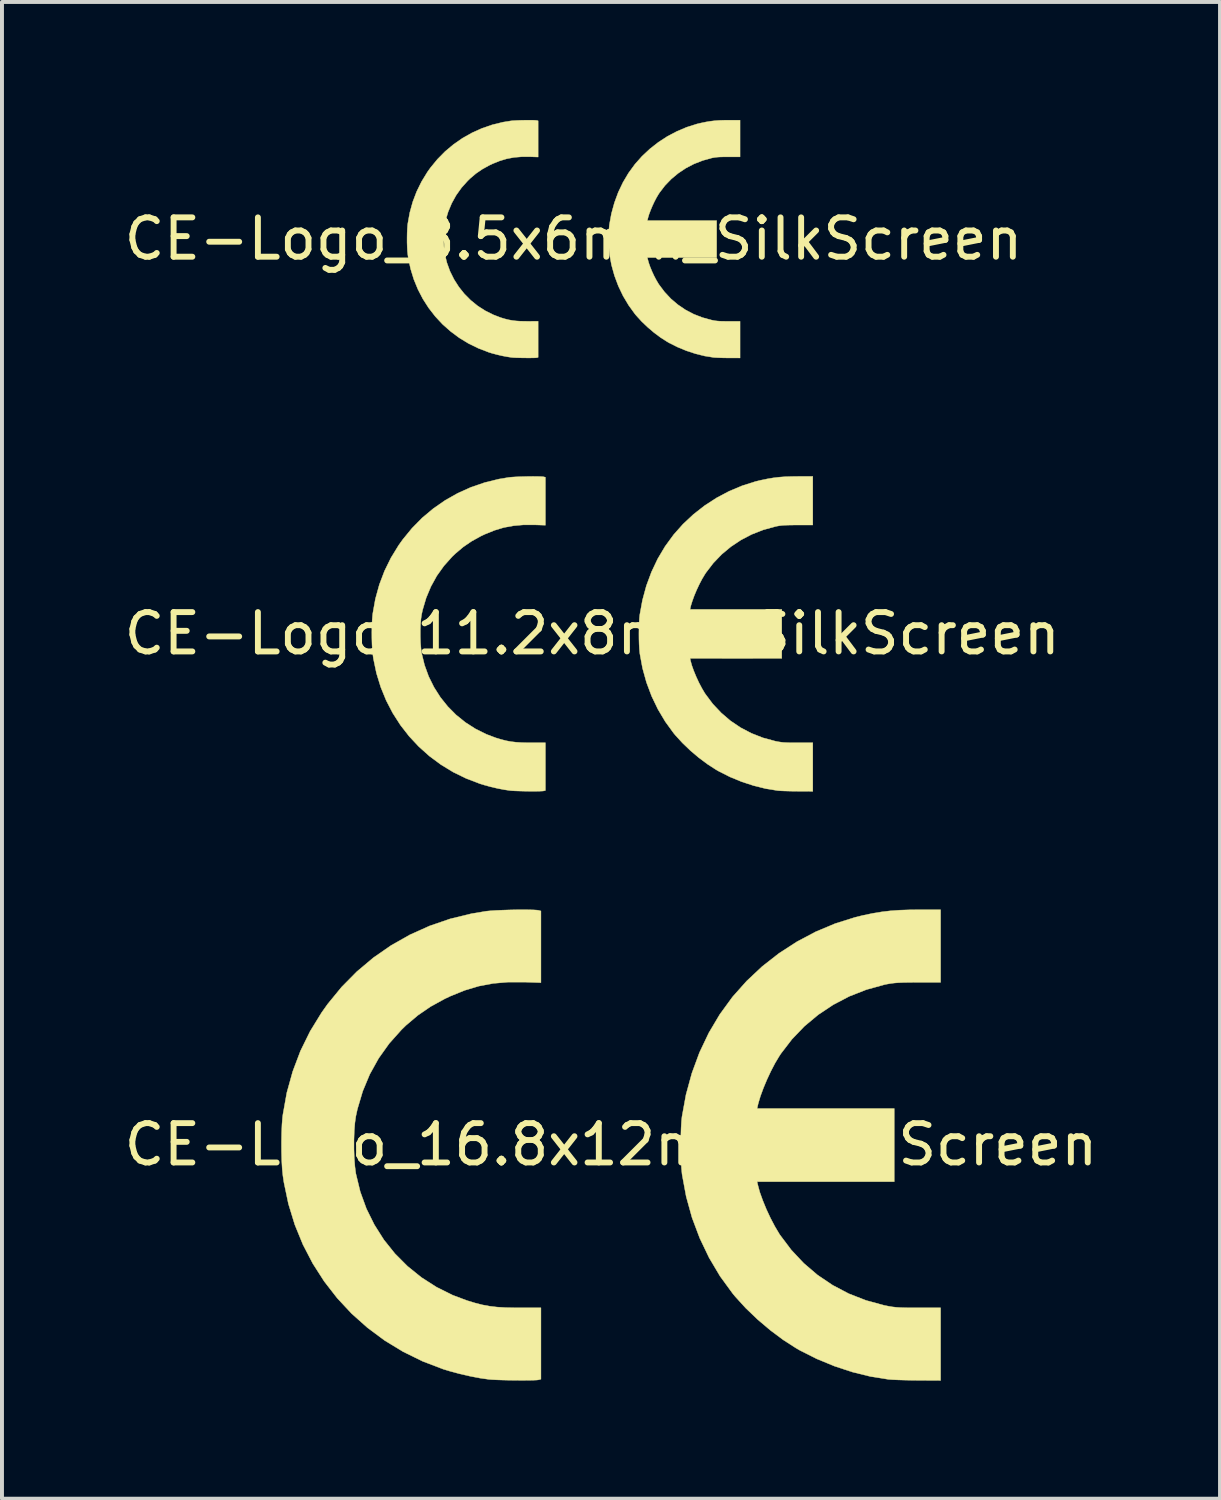
<source format=kicad_pcb>
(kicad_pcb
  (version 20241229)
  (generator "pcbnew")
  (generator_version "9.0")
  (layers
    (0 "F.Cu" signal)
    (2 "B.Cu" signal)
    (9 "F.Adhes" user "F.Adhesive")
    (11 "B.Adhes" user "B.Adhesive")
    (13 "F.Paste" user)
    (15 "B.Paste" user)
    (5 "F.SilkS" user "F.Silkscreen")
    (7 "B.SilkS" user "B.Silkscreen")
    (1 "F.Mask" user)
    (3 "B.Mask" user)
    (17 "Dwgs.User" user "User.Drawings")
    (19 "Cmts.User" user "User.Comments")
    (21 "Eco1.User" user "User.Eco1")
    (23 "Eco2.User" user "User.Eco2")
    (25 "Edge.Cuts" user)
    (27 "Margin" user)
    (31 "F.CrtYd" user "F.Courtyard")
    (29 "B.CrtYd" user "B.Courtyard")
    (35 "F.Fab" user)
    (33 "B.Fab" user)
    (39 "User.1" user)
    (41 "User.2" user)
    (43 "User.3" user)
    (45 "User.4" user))
  (footprint "CE-Logo_11.2x8mm_SilkScreen"
    (layer "F.Cu")
    (at 12.006 13.055)
    (property "Reference" "CE-Logo_11.2x8mm_SilkScreen" (at 0 0 0) (layer "F.SilkS") (effects (font (size 1 1) (thickness 0.15))))
    (attr exclude_from_pos_files exclude_from_bom)
    (fp_poly (pts (xy -1.405 -3.993) (xy -1.319 -3.991) (xy -1.258 -3.987) (xy -1.231 -3.983) (xy -1.191 -3.972) (xy -1.191 -2.754) (xy -1.469 -2.763) (xy -1.746 -2.763) (xy -2.004 -2.74) (xy -2.248 -2.695) (xy -2.487 -2.623) (xy -2.729 -2.525) (xy -2.829 -2.478) (xy -3.068 -2.346) (xy -3.283 -2.199) (xy -3.485 -2.028) (xy -3.564 -1.952) (xy -3.771 -1.72) (xy -3.951 -1.468) (xy -4.101 -1.196) (xy -4.222 -0.908) (xy -4.312 -0.604) (xy -4.339 -0.482) (xy -4.355 -0.37) (xy -4.366 -0.234) (xy -4.371 -0.082) (xy -4.371 0.076) (xy -4.366 0.23) (xy -4.355 0.372) (xy -4.339 0.49) (xy -4.338 0.499) (xy -4.264 0.802) (xy -4.159 1.091) (xy -4.024 1.364) (xy -3.862 1.619) (xy -3.673 1.855) (xy -3.461 2.069) (xy -3.225 2.259) (xy -2.969 2.423) (xy -2.694 2.56) (xy -2.451 2.652) (xy -2.314 2.693) (xy -2.189 2.725) (xy -2.066 2.748) (xy -1.937 2.763) (xy -1.794 2.772) (xy -1.628 2.776) (xy -1.555 2.776) (xy -1.191 2.776) (xy -1.191 3.99) (xy -1.231 4) (xy -1.264 4.004) (xy -1.326 4.007) (xy -1.411 4.009) (xy -1.511 4.009) (xy -1.621 4.009) (xy -1.733 4.007) (xy -1.842 4.004) (xy -1.941 4.001) (xy -2.024 3.997) (xy -2.084 3.992) (xy -2.085 3.992) (xy -2.234 3.97) (xy -2.403 3.938) (xy -2.579 3.897) (xy -2.747 3.851) (xy -2.855 3.818) (xy -3.205 3.684) (xy -3.537 3.522) (xy -3.85 3.331) (xy -4.141 3.115) (xy -4.41 2.874) (xy -4.656 2.611) (xy -4.877 2.327) (xy -5.072 2.023) (xy -5.239 1.701) (xy -5.377 1.363) (xy -5.486 1.01) (xy -5.563 0.643) (xy -5.58 0.526) (xy -5.591 0.413) (xy -5.599 0.276) (xy -5.603 0.122) (xy -5.604 -0.039) (xy -5.601 -0.196) (xy -5.595 -0.342) (xy -5.585 -0.465) (xy -5.58 -0.508) (xy -5.513 -0.882) (xy -5.413 -1.244) (xy -5.281 -1.592) (xy -5.117 -1.926) (xy -4.922 -2.244) (xy -4.817 -2.391) (xy -4.581 -2.679) (xy -4.322 -2.942) (xy -4.04 -3.178) (xy -3.739 -3.387) (xy -3.42 -3.567) (xy -3.085 -3.718) (xy -2.735 -3.838) (xy -2.373 -3.927) (xy -2.12 -3.969) (xy -2.051 -3.976) (xy -1.959 -3.982) (xy -1.853 -3.987) (xy -1.738 -3.99) (xy -1.62 -3.993) (xy -1.507 -3.994) (xy -1.405 -3.993)) (stroke (width 0.01) (type solid)) (fill yes) (layer "F.SilkS"))
    (fp_poly (pts (xy 5.606 -3.376) (xy 5.606 -2.759) (xy 5.216 -2.759) (xy 5.081 -2.758) (xy 4.974 -2.756) (xy 4.889 -2.753) (xy 4.818 -2.748) (xy 4.755 -2.74) (xy 4.693 -2.729) (xy 4.648 -2.719) (xy 4.344 -2.635) (xy 4.053 -2.521) (xy 3.779 -2.378) (xy 3.524 -2.208) (xy 3.289 -2.012) (xy 3.078 -1.792) (xy 2.892 -1.55) (xy 2.86 -1.501) (xy 2.791 -1.386) (xy 2.721 -1.252) (xy 2.653 -1.107) (xy 2.592 -0.962) (xy 2.542 -0.824) (xy 2.505 -0.704) (xy 2.497 -0.67) (xy 2.485 -0.613) (xy 4.817 -0.613) (xy 4.817 0.631) (xy 2.485 0.631) (xy 2.497 0.688) (xy 2.53 0.809) (xy 2.58 0.949) (xy 2.642 1.099) (xy 2.712 1.25) (xy 2.787 1.392) (xy 2.861 1.517) (xy 2.874 1.536) (xy 3.064 1.79) (xy 3.278 2.017) (xy 3.513 2.218) (xy 3.769 2.391) (xy 4.044 2.535) (xy 4.336 2.65) (xy 4.645 2.734) (xy 4.653 2.736) (xy 4.723 2.75) (xy 4.787 2.76) (xy 4.852 2.768) (xy 4.927 2.772) (xy 5.017 2.775) (xy 5.131 2.776) (xy 5.225 2.776) (xy 5.606 2.776) (xy 5.606 4.011) (xy 5.225 4.009) (xy 5.103 4.008) (xy 4.984 4.005) (xy 4.876 4.002) (xy 4.786 3.998) (xy 4.721 3.993) (xy 4.712 3.992) (xy 4.414 3.944) (xy 4.107 3.868) (xy 3.8 3.768) (xy 3.501 3.645) (xy 3.218 3.502) (xy 3.144 3.46) (xy 2.928 3.32) (xy 2.708 3.156) (xy 2.494 2.975) (xy 2.294 2.783) (xy 2.117 2.59) (xy 2.068 2.531) (xy 1.855 2.238) (xy 1.668 1.923) (xy 1.508 1.59) (xy 1.378 1.243) (xy 1.278 0.883) (xy 1.21 0.515) (xy 1.207 0.49) (xy 1.198 0.396) (xy 1.191 0.275) (xy 1.187 0.139) (xy 1.186 -0.005) (xy 1.188 -0.148) (xy 1.192 -0.282) (xy 1.199 -0.396) (xy 1.207 -0.473) (xy 1.276 -0.85) (xy 1.375 -1.215) (xy 1.505 -1.565) (xy 1.663 -1.899) (xy 1.85 -2.214) (xy 2.064 -2.507) (xy 2.068 -2.513) (xy 2.307 -2.782) (xy 2.571 -3.029) (xy 2.856 -3.252) (xy 3.16 -3.449) (xy 3.479 -3.618) (xy 3.81 -3.757) (xy 4.15 -3.865) (xy 4.283 -3.897) (xy 4.447 -3.931) (xy 4.6 -3.957) (xy 4.75 -3.975) (xy 4.909 -3.987) (xy 5.086 -3.992) (xy 5.233 -3.994) (xy 5.606 -3.994) (xy 5.606 -3.376)) (stroke (width 0.01) (type solid)) (fill yes) (layer "F.SilkS")))
  (footprint "CE-Logo_16.8x12mm_SilkScreen"
    (layer "F.Cu")
    (at 12.482 26.046)
    (property "Reference" "CE-Logo_16.8x12mm_SilkScreen" (at 0 0 0) (layer "F.SilkS") (effects (font (size 1 1) (thickness 0.15))))
    (attr exclude_from_pos_files exclude_from_bom)
    (fp_poly (pts (xy -2.1 -5.969) (xy -1.972 -5.966) (xy -1.88 -5.96) (xy -1.84 -5.954) (xy -1.781 -5.938) (xy -1.781 -4.116) (xy -2.195 -4.13) (xy -2.611 -4.13) (xy -2.995 -4.097) (xy -3.36 -4.028) (xy -3.718 -3.921) (xy -4.079 -3.775) (xy -4.229 -3.704) (xy -4.586 -3.508) (xy -4.908 -3.287) (xy -5.21 -3.032) (xy -5.327 -2.918) (xy -5.637 -2.571) (xy -5.906 -2.194) (xy -6.131 -1.789) (xy -6.311 -1.357) (xy -6.446 -0.903) (xy -6.486 -0.72) (xy -6.51 -0.554) (xy -6.526 -0.35) (xy -6.534 -0.123) (xy -6.534 0.113) (xy -6.526 0.344) (xy -6.51 0.555) (xy -6.487 0.733) (xy -6.484 0.746) (xy -6.374 1.199) (xy -6.217 1.631) (xy -6.015 2.039) (xy -5.773 2.421) (xy -5.491 2.773) (xy -5.173 3.092) (xy -4.821 3.376) (xy -4.438 3.622) (xy -4.027 3.827) (xy -3.663 3.964) (xy -3.459 4.026) (xy -3.272 4.074) (xy -3.088 4.108) (xy -2.896 4.131) (xy -2.682 4.144) (xy -2.433 4.149) (xy -2.324 4.15) (xy -1.781 4.149) (xy -1.781 5.964) (xy -1.84 5.98) (xy -1.89 5.986) (xy -1.983 5.99) (xy -2.109 5.992) (xy -2.259 5.993) (xy -2.422 5.992) (xy -2.591 5.99) (xy -2.753 5.986) (xy -2.902 5.981) (xy -3.025 5.975) (xy -3.115 5.968) (xy -3.116 5.967) (xy -3.34 5.935) (xy -3.592 5.886) (xy -3.855 5.825) (xy -4.107 5.757) (xy -4.268 5.708) (xy -4.791 5.508) (xy -5.287 5.264) (xy -5.754 4.98) (xy -6.19 4.656) (xy -6.593 4.297) (xy -6.96 3.903) (xy -7.29 3.478) (xy -7.581 3.024) (xy -7.831 2.543) (xy -8.038 2.037) (xy -8.2 1.509) (xy -8.315 0.961) (xy -8.341 0.786) (xy -8.358 0.618) (xy -8.37 0.412) (xy -8.376 0.182) (xy -8.377 -0.058) (xy -8.373 -0.293) (xy -8.364 -0.511) (xy -8.349 -0.696) (xy -8.341 -0.759) (xy -8.241 -1.319) (xy -8.091 -1.859) (xy -7.894 -2.38) (xy -7.649 -2.879) (xy -7.357 -3.355) (xy -7.201 -3.574) (xy -6.848 -4.005) (xy -6.46 -4.398) (xy -6.04 -4.751) (xy -5.59 -5.063) (xy -5.113 -5.333) (xy -4.612 -5.558) (xy -4.089 -5.738) (xy -3.547 -5.87) (xy -3.169 -5.933) (xy -3.065 -5.943) (xy -2.929 -5.952) (xy -2.77 -5.959) (xy -2.598 -5.965) (xy -2.422 -5.969) (xy -2.253 -5.97) (xy -2.1 -5.969)) (stroke (width 0.01) (type solid)) (fill yes) (layer "F.SilkS"))
    (fp_poly (pts (xy 8.379 -4.124) (xy 7.797 -4.124) (xy 7.595 -4.123) (xy 7.435 -4.12) (xy 7.308 -4.115) (xy 7.202 -4.107) (xy 7.108 -4.095) (xy 7.016 -4.079) (xy 6.948 -4.065) (xy 6.493 -3.939) (xy 6.059 -3.769) (xy 5.65 -3.555) (xy 5.268 -3.301) (xy 4.917 -3.008) (xy 4.601 -2.679) (xy 4.323 -2.317) (xy 4.275 -2.244) (xy 4.172 -2.072) (xy 4.067 -1.871) (xy 3.966 -1.655) (xy 3.875 -1.438) (xy 3.799 -1.232) (xy 3.745 -1.052) (xy 3.733 -1.002) (xy 3.714 -0.916) (xy 7.201 -0.916) (xy 7.201 0.943) (xy 3.714 0.943) (xy 3.733 1.028) (xy 3.782 1.209) (xy 3.857 1.418) (xy 3.949 1.643) (xy 4.054 1.868) (xy 4.166 2.081) (xy 4.277 2.268) (xy 4.296 2.297) (xy 4.581 2.676) (xy 4.9 3.016) (xy 5.251 3.316) (xy 5.634 3.574) (xy 6.044 3.79) (xy 6.482 3.961) (xy 6.944 4.087) (xy 6.955 4.089) (xy 7.06 4.11) (xy 7.155 4.126) (xy 7.254 4.137) (xy 7.365 4.144) (xy 7.5 4.148) (xy 7.67 4.15) (xy 7.81 4.15) (xy 8.379 4.15) (xy 8.379 5.996) (xy 7.81 5.993) (xy 7.628 5.991) (xy 7.45 5.987) (xy 7.288 5.982) (xy 7.154 5.976) (xy 7.058 5.969) (xy 7.044 5.967) (xy 6.598 5.896) (xy 6.139 5.783) (xy 5.68 5.632) (xy 5.233 5.448) (xy 4.811 5.236) (xy 4.7 5.172) (xy 4.377 4.964) (xy 4.048 4.718) (xy 3.728 4.447) (xy 3.429 4.161) (xy 3.164 3.871) (xy 3.092 3.784) (xy 2.772 3.345) (xy 2.493 2.875) (xy 2.255 2.377) (xy 2.06 1.858) (xy 1.911 1.32) (xy 1.809 0.77) (xy 1.804 0.733) (xy 1.791 0.591) (xy 1.781 0.412) (xy 1.775 0.208) (xy 1.773 -0.008) (xy 1.776 -0.222) (xy 1.782 -0.421) (xy 1.792 -0.592) (xy 1.804 -0.707) (xy 1.907 -1.271) (xy 2.056 -1.816) (xy 2.249 -2.34) (xy 2.486 -2.839) (xy 2.765 -3.309) (xy 3.085 -3.748) (xy 3.092 -3.757) (xy 3.449 -4.158) (xy 3.843 -4.528) (xy 4.269 -4.861) (xy 4.724 -5.156) (xy 5.201 -5.409) (xy 5.696 -5.617) (xy 6.204 -5.777) (xy 6.403 -5.826) (xy 6.648 -5.877) (xy 6.876 -5.915) (xy 7.101 -5.942) (xy 7.338 -5.959) (xy 7.602 -5.968) (xy 7.823 -5.97) (xy 8.379 -5.97) (xy 8.379 -4.124)) (stroke (width 0.01) (type solid)) (fill yes) (layer "F.SilkS")))
  (footprint "CE-Logo_8.5x6mm_SilkScreen"
    (layer "F.Cu")
    (at 11.53 3.021)
    (property "Reference" "CE-Logo_8.5x6mm_SilkScreen" (at 0 0 0) (layer "F.SilkS") (effects (font (size 1 1) (thickness 0.15))))
    (attr exclude_from_pos_files exclude_from_bom)
    (fp_poly (pts (xy -1.061 -3.016) (xy -0.996 -3.014) (xy -0.95 -3.011) (xy -0.929 -3.008) (xy -0.9 -3) (xy -0.9 -2.079) (xy -1.109 -2.087) (xy -1.319 -2.086) (xy -1.513 -2.07) (xy -1.698 -2.035) (xy -1.878 -1.981) (xy -2.061 -1.907) (xy -2.137 -1.871) (xy -2.317 -1.772) (xy -2.48 -1.661) (xy -2.632 -1.532) (xy -2.691 -1.474) (xy -2.848 -1.299) (xy -2.984 -1.108) (xy -3.097 -0.904) (xy -3.188 -0.686) (xy -3.257 -0.456) (xy -3.277 -0.364) (xy -3.289 -0.28) (xy -3.297 -0.177) (xy -3.301 -0.062) (xy -3.301 0.057) (xy -3.297 0.174) (xy -3.289 0.281) (xy -3.277 0.37) (xy -3.276 0.377) (xy -3.22 0.606) (xy -3.141 0.824) (xy -3.039 1.03) (xy -2.916 1.223) (xy -2.774 1.401) (xy -2.614 1.562) (xy -2.436 1.706) (xy -2.242 1.83) (xy -2.034 1.933) (xy -1.851 2.003) (xy -1.748 2.034) (xy -1.653 2.058) (xy -1.56 2.075) (xy -1.463 2.087) (xy -1.355 2.094) (xy -1.229 2.096) (xy -1.174 2.097) (xy -0.9 2.096) (xy -0.9 3.013) (xy -0.929 3.021) (xy -0.955 3.024) (xy -1.002 3.026) (xy -1.065 3.027) (xy -1.141 3.028) (xy -1.224 3.027) (xy -1.309 3.026) (xy -1.391 3.024) (xy -1.466 3.022) (xy -1.528 3.019) (xy -1.574 3.015) (xy -1.574 3.015) (xy -1.687 2.998) (xy -1.815 2.974) (xy -1.947 2.943) (xy -2.075 2.909) (xy -2.156 2.884) (xy -2.421 2.782) (xy -2.671 2.66) (xy -2.907 2.516) (xy -3.127 2.352) (xy -3.331 2.171) (xy -3.516 1.972) (xy -3.683 1.757) (xy -3.83 1.528) (xy -3.956 1.285) (xy -4.061 1.029) (xy -4.143 0.762) (xy -4.201 0.486) (xy -4.214 0.397) (xy -4.223 0.312) (xy -4.228 0.208) (xy -4.232 0.092) (xy -4.232 -0.029) (xy -4.23 -0.148) (xy -4.225 -0.258) (xy -4.218 -0.352) (xy -4.214 -0.384) (xy -4.163 -0.666) (xy -4.088 -0.939) (xy -3.988 -1.202) (xy -3.864 -1.454) (xy -3.717 -1.695) (xy -3.638 -1.806) (xy -3.46 -2.023) (xy -3.264 -2.222) (xy -3.051 -2.4) (xy -2.824 -2.558) (xy -2.583 -2.694) (xy -2.33 -2.808) (xy -2.066 -2.899) (xy -1.792 -2.966) (xy -1.601 -2.997) (xy -1.549 -3.003) (xy -1.48 -3.007) (xy -1.399 -3.011) (xy -1.312 -3.014) (xy -1.224 -3.015) (xy -1.138 -3.016) (xy -1.061 -3.016)) (stroke (width 0.01) (type solid)) (fill yes) (layer "F.SilkS"))
    (fp_poly (pts (xy 4.233 -2.084) (xy 3.939 -2.083) (xy 3.837 -2.083) (xy 3.756 -2.082) (xy 3.692 -2.079) (xy 3.638 -2.075) (xy 3.591 -2.069) (xy 3.544 -2.061) (xy 3.51 -2.054) (xy 3.281 -1.99) (xy 3.061 -1.904) (xy 2.854 -1.796) (xy 2.661 -1.667) (xy 2.484 -1.52) (xy 2.324 -1.354) (xy 2.184 -1.171) (xy 2.16 -1.134) (xy 2.108 -1.047) (xy 2.055 -0.945) (xy 2.004 -0.836) (xy 1.958 -0.726) (xy 1.919 -0.623) (xy 1.892 -0.532) (xy 1.886 -0.506) (xy 1.876 -0.463) (xy 3.638 -0.463) (xy 3.638 0.476) (xy 1.876 0.476) (xy 1.886 0.519) (xy 1.911 0.611) (xy 1.948 0.716) (xy 1.995 0.83) (xy 2.048 0.944) (xy 2.105 1.052) (xy 2.161 1.146) (xy 2.17 1.16) (xy 2.314 1.352) (xy 2.475 1.524) (xy 2.653 1.675) (xy 2.846 1.806) (xy 3.054 1.915) (xy 3.275 2.001) (xy 3.508 2.065) (xy 3.514 2.066) (xy 3.567 2.077) (xy 3.615 2.085) (xy 3.665 2.09) (xy 3.721 2.094) (xy 3.789 2.096) (xy 3.875 2.097) (xy 3.946 2.097) (xy 4.233 2.097) (xy 4.233 3.029) (xy 3.946 3.028) (xy 3.854 3.027) (xy 3.764 3.025) (xy 3.682 3.022) (xy 3.614 3.019) (xy 3.566 3.016) (xy 3.559 3.015) (xy 3.333 2.979) (xy 3.101 2.921) (xy 2.869 2.845) (xy 2.644 2.752) (xy 2.43 2.645) (xy 2.375 2.613) (xy 2.211 2.508) (xy 2.045 2.384) (xy 1.883 2.246) (xy 1.732 2.102) (xy 1.599 1.956) (xy 1.562 1.912) (xy 1.401 1.69) (xy 1.259 1.452) (xy 1.139 1.201) (xy 1.041 0.939) (xy 0.965 0.667) (xy 0.914 0.389) (xy 0.912 0.37) (xy 0.905 0.299) (xy 0.9 0.208) (xy 0.897 0.105) (xy 0.896 -0.004) (xy 0.897 -0.112) (xy 0.9 -0.213) (xy 0.905 -0.299) (xy 0.911 -0.357) (xy 0.963 -0.642) (xy 1.039 -0.918) (xy 1.136 -1.182) (xy 1.256 -1.434) (xy 1.397 -1.672) (xy 1.559 -1.894) (xy 1.562 -1.898) (xy 1.742 -2.101) (xy 1.941 -2.287) (xy 2.157 -2.456) (xy 2.386 -2.605) (xy 2.628 -2.732) (xy 2.878 -2.838) (xy 3.134 -2.919) (xy 3.235 -2.943) (xy 3.359 -2.969) (xy 3.474 -2.988) (xy 3.588 -3.002) (xy 3.707 -3.011) (xy 3.841 -3.015) (xy 3.952 -3.016) (xy 4.233 -3.016) (xy 4.233 -2.084)) (stroke (width 0.01) (type solid)) (fill yes) (layer "F.SilkS")))
  (gr_rect
    (start -3 -3)
    (end 27.964 35.048)
    (stroke (width 0.1) (type default))
    (fill no)
    (layer "Edge.Cuts")))
</source>
